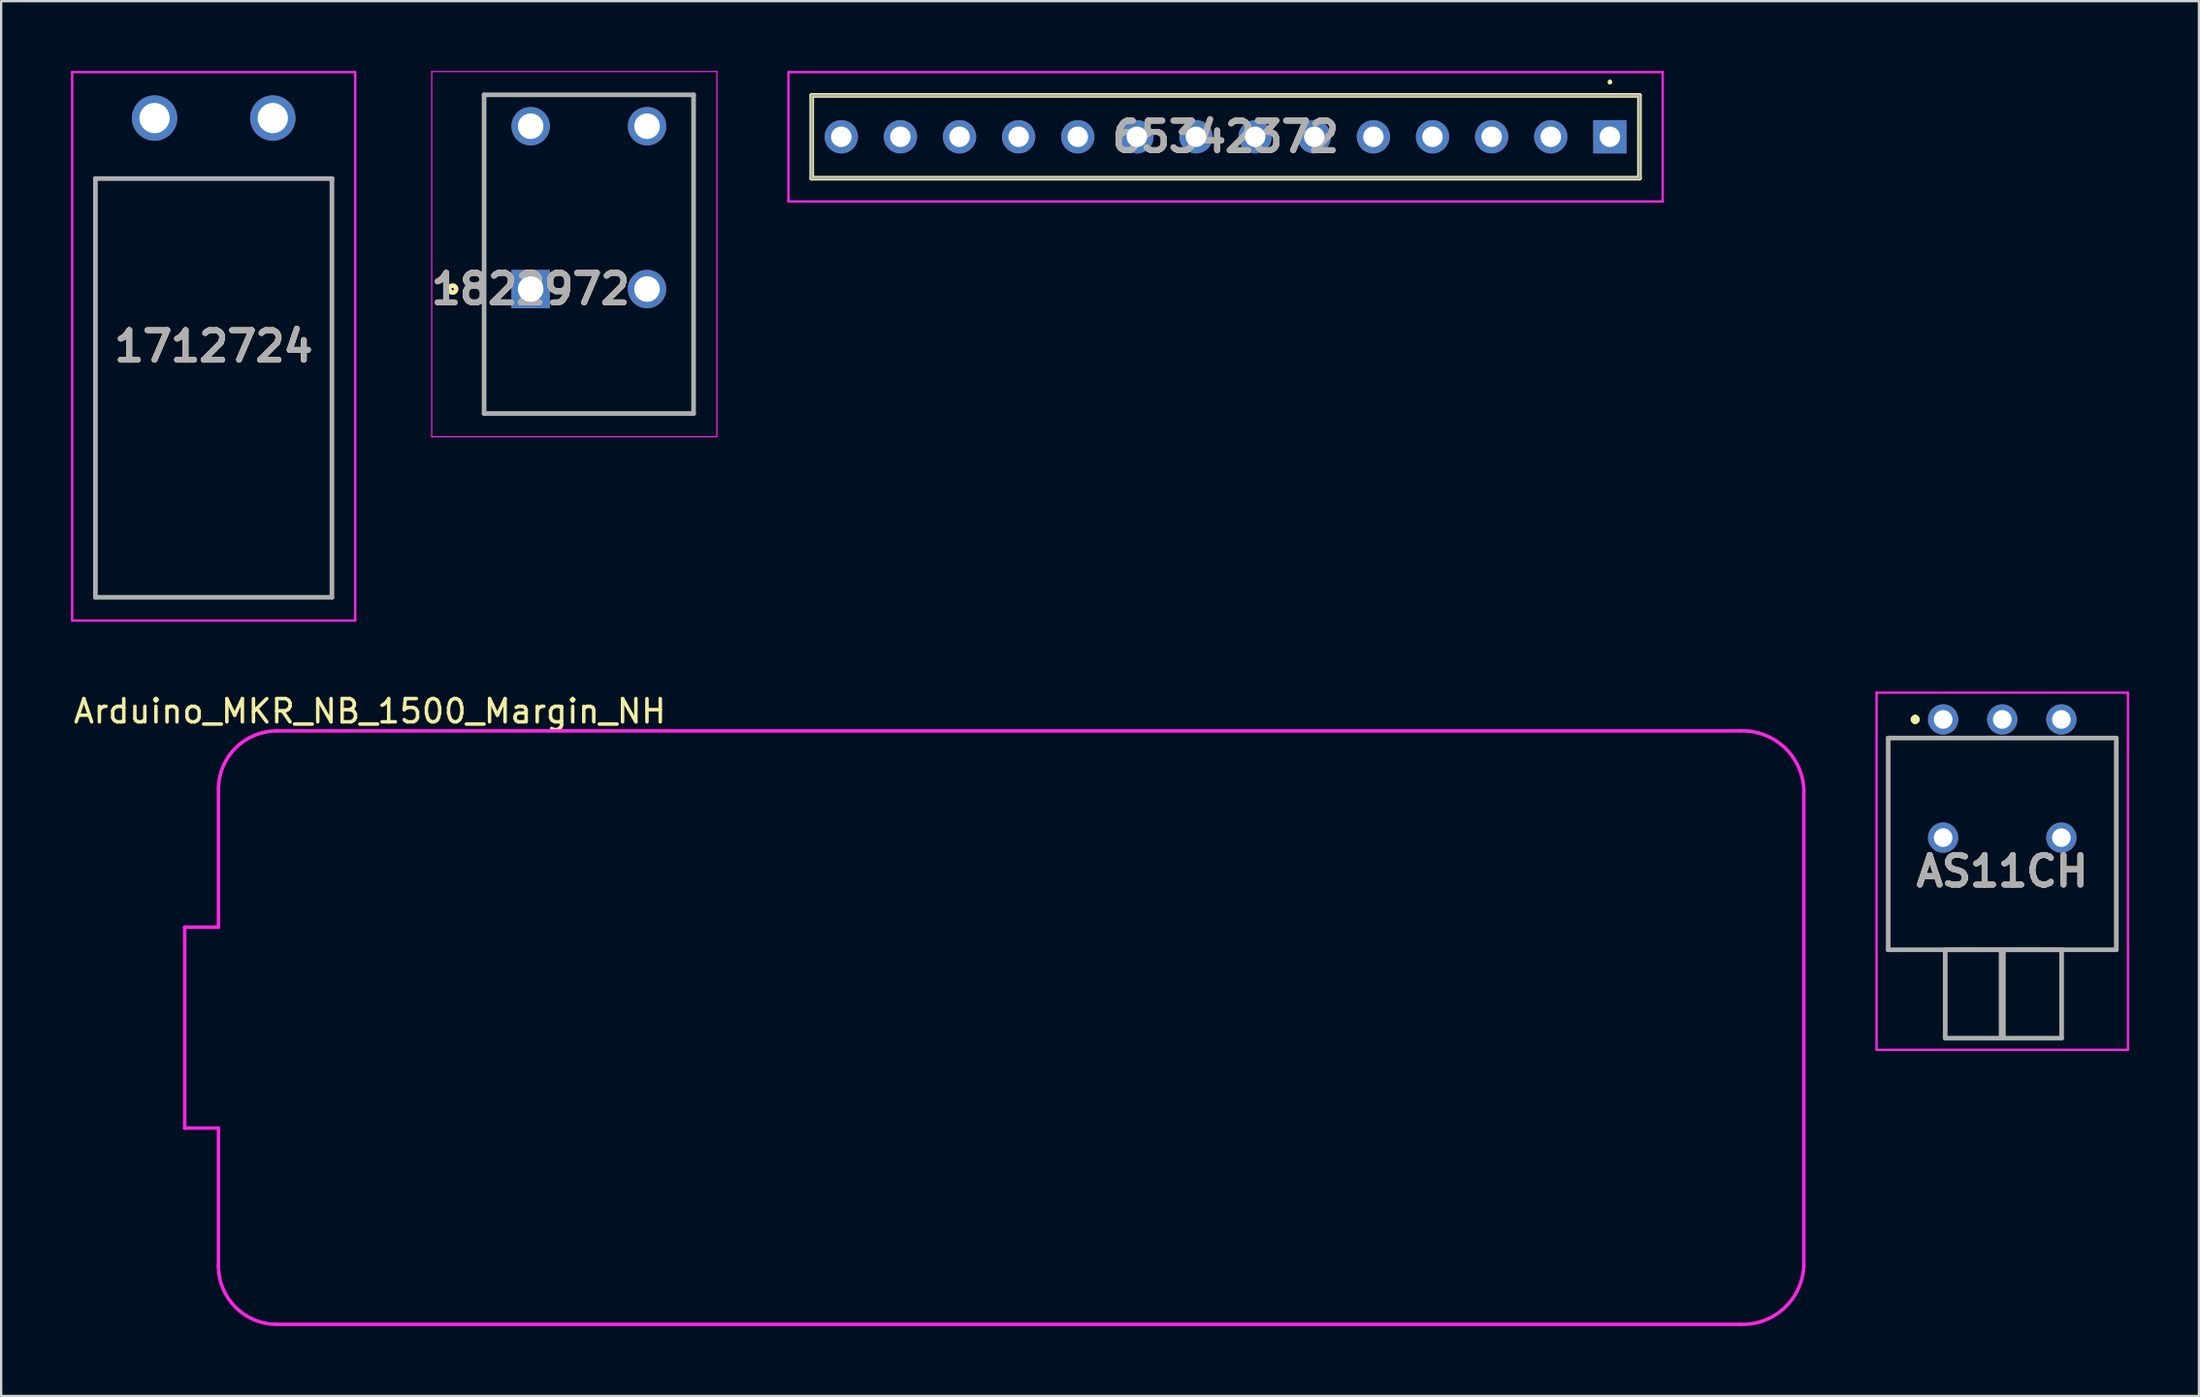
<source format=kicad_pcb>
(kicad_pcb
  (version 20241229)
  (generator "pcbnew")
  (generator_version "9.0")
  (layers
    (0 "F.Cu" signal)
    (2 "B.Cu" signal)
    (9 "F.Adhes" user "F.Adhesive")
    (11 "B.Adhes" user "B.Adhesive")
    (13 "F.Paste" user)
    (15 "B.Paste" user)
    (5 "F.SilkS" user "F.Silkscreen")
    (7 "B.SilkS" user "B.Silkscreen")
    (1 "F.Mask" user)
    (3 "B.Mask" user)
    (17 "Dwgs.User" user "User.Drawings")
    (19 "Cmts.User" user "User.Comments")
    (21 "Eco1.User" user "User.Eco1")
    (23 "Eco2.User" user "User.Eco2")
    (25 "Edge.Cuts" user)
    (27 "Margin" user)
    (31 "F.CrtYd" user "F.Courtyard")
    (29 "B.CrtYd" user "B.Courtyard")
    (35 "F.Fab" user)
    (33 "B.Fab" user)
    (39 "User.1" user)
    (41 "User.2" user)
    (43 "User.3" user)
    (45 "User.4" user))
  (footprint "1822972"
    (layer "F.Cu")
    (at 19.747 9.375)
    (property "Reference" "1822972" (at 0 0 0) (layer "F.SilkS") (effects (font (size 1.27 1.27) (thickness 0.254))))
    (attr through_hole)
    (fp_line (start -2 -8.35) (end 7 -8.35) (stroke (width 0.1) (type solid)) (layer "F.SilkS"))
    (fp_line (start -2 5.35) (end -2 -8.35) (stroke (width 0.1) (type solid)) (layer "F.SilkS"))
    (fp_line (start 7 -8.35) (end 7 5.35) (stroke (width 0.1) (type solid)) (layer "F.SilkS"))
    (fp_line (start 7 5.35) (end -2 5.35) (stroke (width 0.1) (type solid)) (layer "F.SilkS"))
    (fp_circle (center -3.35 0) (end -3.35 0.05) (stroke (width 0.2) (type solid)) (fill no) (layer "F.SilkS"))
    (fp_line (start -4.25 -9.35) (end 8 -9.35) (stroke (width 0.05) (type solid)) (layer "F.CrtYd"))
    (fp_line (start -4.25 6.35) (end -4.25 -9.35) (stroke (width 0.05) (type solid)) (layer "F.CrtYd"))
    (fp_line (start 8 -9.35) (end 8 6.35) (stroke (width 0.05) (type solid)) (layer "F.CrtYd"))
    (fp_line (start 8 6.35) (end -4.25 6.35) (stroke (width 0.05) (type solid)) (layer "F.CrtYd"))
    (fp_line (start -2 -8.35) (end 7 -8.35) (stroke (width 0.2) (type solid)) (layer "F.Fab"))
    (fp_line (start -2 5.35) (end -2 -8.35) (stroke (width 0.2) (type solid)) (layer "F.Fab"))
    (fp_line (start 7 -8.35) (end 7 5.35) (stroke (width 0.2) (type solid)) (layer "F.Fab"))
    (fp_line (start 7 5.35) (end -2 5.35) (stroke (width 0.2) (type solid)) (layer "F.Fab"))
    (fp_text user "${REFERENCE}" (at 0 0 0) (layer "F.Fab") (effects (font (size 1.27 1.27) (thickness 0.254))))
    (pad "1" thru_hole rect (at 0 0) (size 1.65 1.65) (drill 1.1) (layers "*.Cu" "*.Mask"))
    (pad "2" thru_hole circle (at 0 -7) (size 1.65 1.65) (drill 1.1) (layers "*.Cu" "*.Mask"))
    (pad "3" thru_hole circle (at 5 0) (size 1.65 1.65) (drill 1.1) (layers "*.Cu" "*.Mask"))
    (pad "4" thru_hole circle (at 5 -7) (size 1.65 1.65) (drill 1.1) (layers "*.Cu" "*.Mask")))
  (footprint "65342372"
    (layer "F.Cu")
    (at 66.112 2.83)
    (property "Reference" "65342372" (at -16.51 0 0) (layer "F.SilkS") (effects (font (size 1.27 1.27) (thickness 0.254))))
    (attr through_hole)
    (fp_line (start -34.29 -1.78) (end 1.27 -1.78) (stroke (width 0.2) (type solid)) (layer "F.SilkS"))
    (fp_line (start -34.29 1.78) (end -34.29 -1.78) (stroke (width 0.2) (type solid)) (layer "F.SilkS"))
    (fp_line (start 0 -2.4) (end 0 -2.4) (stroke (width 0.1) (type solid)) (layer "F.SilkS"))
    (fp_line (start 0 -2.3) (end 0 -2.3) (stroke (width 0.1) (type solid)) (layer "F.SilkS"))
    (fp_line (start 1.27 -1.78) (end 1.27 1.78) (stroke (width 0.2) (type solid)) (layer "F.SilkS"))
    (fp_line (start 1.27 1.78) (end -34.29 1.78) (stroke (width 0.2) (type solid)) (layer "F.SilkS"))
    (fp_arc (start 0 -2.4) (mid 0.05 -2.35) (end 0 -2.3) (stroke (width 0.1) (type solid)) (layer "F.SilkS"))
    (fp_arc (start 0 -2.3) (mid -0.05 -2.35) (end 0 -2.4) (stroke (width 0.1) (type solid)) (layer "F.SilkS"))
    (fp_line (start -35.29 -2.78) (end 2.27 -2.78) (stroke (width 0.1) (type solid)) (layer "F.CrtYd"))
    (fp_line (start -35.29 2.78) (end -35.29 -2.78) (stroke (width 0.1) (type solid)) (layer "F.CrtYd"))
    (fp_line (start 2.27 -2.78) (end 2.27 2.78) (stroke (width 0.1) (type solid)) (layer "F.CrtYd"))
    (fp_line (start 2.27 2.78) (end -35.29 2.78) (stroke (width 0.1) (type solid)) (layer "F.CrtYd"))
    (fp_line (start -34.29 -1.78) (end -34.29 1.78) (stroke (width 0.1) (type solid)) (layer "F.Fab"))
    (fp_line (start -34.29 1.78) (end 1.27 1.78) (stroke (width 0.1) (type solid)) (layer "F.Fab"))
    (fp_line (start 1.27 -1.78) (end -34.29 -1.78) (stroke (width 0.1) (type solid)) (layer "F.Fab"))
    (fp_line (start 1.27 1.78) (end 1.27 -1.78) (stroke (width 0.1) (type solid)) (layer "F.Fab"))
    (fp_text user "${REFERENCE}" (at -16.51 0 0) (layer "F.Fab") (effects (font (size 1.27 1.27) (thickness 0.254))))
    (pad "1" thru_hole rect (at 0 0) (size 1.43 1.43) (drill 0.88) (layers "*.Cu" "*.Mask"))
    (pad "2" thru_hole circle (at -2.54 0) (size 1.43 1.43) (drill 0.88) (layers "*.Cu" "*.Mask"))
    (pad "3" thru_hole circle (at -5.08 0) (size 1.43 1.43) (drill 0.88) (layers "*.Cu" "*.Mask"))
    (pad "4" thru_hole circle (at -7.62 0) (size 1.43 1.43) (drill 0.88) (layers "*.Cu" "*.Mask"))
    (pad "5" thru_hole circle (at -10.16 0) (size 1.43 1.43) (drill 0.88) (layers "*.Cu" "*.Mask"))
    (pad "6" thru_hole circle (at -12.7 0) (size 1.43 1.43) (drill 0.88) (layers "*.Cu" "*.Mask"))
    (pad "7" thru_hole circle (at -15.24 0) (size 1.43 1.43) (drill 0.88) (layers "*.Cu" "*.Mask"))
    (pad "8" thru_hole circle (at -17.78 0) (size 1.43 1.43) (drill 0.88) (layers "*.Cu" "*.Mask"))
    (pad "9" thru_hole circle (at -20.32 0) (size 1.43 1.43) (drill 0.88) (layers "*.Cu" "*.Mask"))
    (pad "10" thru_hole circle (at -22.86 0) (size 1.43 1.43) (drill 0.88) (layers "*.Cu" "*.Mask"))
    (pad "11" thru_hole circle (at -25.4 0) (size 1.43 1.43) (drill 0.88) (layers "*.Cu" "*.Mask"))
    (pad "12" thru_hole circle (at -27.94 0) (size 1.43 1.43) (drill 0.88) (layers "*.Cu" "*.Mask"))
    (pad "13" thru_hole circle (at -30.48 0) (size 1.43 1.43) (drill 0.88) (layers "*.Cu" "*.Mask"))
    (pad "14" thru_hole circle (at -33.02 0) (size 1.43 1.43) (drill 0.88) (layers "*.Cu" "*.Mask")))
  (footprint "1712724"
    (layer "F.Cu")
    (at 3.59 2.025)
    (property "Reference" "1712724" (at 2.54 9.813 0) (layer "F.SilkS") (effects (font (size 1.27 1.27) (thickness 0.254))))
    (attr through_hole)
    (fp_line (start -2.54 2.6) (end 7.62 2.6) (stroke (width 0.1) (type solid)) (layer "F.SilkS"))
    (fp_line (start -2.54 20.6) (end -2.54 2.6) (stroke (width 0.1) (type solid)) (layer "F.SilkS"))
    (fp_line (start 7.62 2.6) (end 7.62 20.6) (stroke (width 0.1) (type solid)) (layer "F.SilkS"))
    (fp_line (start 7.62 20.6) (end -2.54 20.6) (stroke (width 0.1) (type solid)) (layer "F.SilkS"))
    (fp_line (start -3.54 -1.975) (end 8.62 -1.975) (stroke (width 0.1) (type solid)) (layer "F.CrtYd"))
    (fp_line (start -3.54 21.6) (end -3.54 -1.975) (stroke (width 0.1) (type solid)) (layer "F.CrtYd"))
    (fp_line (start 8.62 -1.975) (end 8.62 21.6) (stroke (width 0.1) (type solid)) (layer "F.CrtYd"))
    (fp_line (start 8.62 21.6) (end -3.54 21.6) (stroke (width 0.1) (type solid)) (layer "F.CrtYd"))
    (fp_line (start -2.54 2.6) (end 7.62 2.6) (stroke (width 0.2) (type solid)) (layer "F.Fab"))
    (fp_line (start -2.54 20.6) (end -2.54 2.6) (stroke (width 0.2) (type solid)) (layer "F.Fab"))
    (fp_line (start 7.62 2.6) (end 7.62 20.6) (stroke (width 0.2) (type solid)) (layer "F.Fab"))
    (fp_line (start 7.62 20.6) (end -2.54 20.6) (stroke (width 0.2) (type solid)) (layer "F.Fab"))
    (fp_text user "${REFERENCE}" (at 2.54 9.813 0) (layer "F.Fab") (effects (font (size 1.27 1.27) (thickness 0.254))))
    (pad "1" thru_hole circle (at 0 0) (size 1.95 1.95) (drill 1.3) (layers "*.Cu" "*.Mask"))
    (pad "2" thru_hole circle (at 5.08 0) (size 1.95 1.95) (drill 1.3) (layers "*.Cu" "*.Mask")))
  (footprint "AS11CH"
    (layer "F.Cu")
    (at 80.428 27.875)
    (property "Reference" "AS11CH" (at 2.54 6.525 0) (layer "F.SilkS") (effects (font (size 1.27 1.27) (thickness 0.254))))
    (attr through_hole)
    (fp_line (start -2.36 0.8) (end -1 0.8) (stroke (width 0.1) (type solid)) (layer "F.SilkS"))
    (fp_line (start -2.36 9.9) (end -2.36 0.8) (stroke (width 0.1) (type solid)) (layer "F.SilkS"))
    (fp_line (start -1.2 -0.1) (end -1.2 -0.1) (stroke (width 0.2) (type solid)) (layer "F.SilkS"))
    (fp_line (start -1.2 0.1) (end -1.2 0.1) (stroke (width 0.2) (type solid)) (layer "F.SilkS"))
    (fp_line (start 6 0.8) (end 7.44 0.8) (stroke (width 0.1) (type solid)) (layer "F.SilkS"))
    (fp_line (start 7.44 0.8) (end 7.44 9.9) (stroke (width 0.1) (type solid)) (layer "F.SilkS"))
    (fp_line (start 7.44 9.9) (end -2.36 9.9) (stroke (width 0.1) (type solid)) (layer "F.SilkS"))
    (fp_arc (start -1.2 -0.1) (mid -1.1 0) (end -1.2 0.1) (stroke (width 0.2) (type solid)) (layer "F.SilkS"))
    (fp_arc (start -1.2 0.1) (mid -1.3 0) (end -1.2 -0.1) (stroke (width 0.2) (type solid)) (layer "F.SilkS"))
    (fp_line (start -2.86 -1.15) (end 7.94 -1.15) (stroke (width 0.1) (type solid)) (layer "F.CrtYd"))
    (fp_line (start -2.86 14.2) (end -2.86 -1.15) (stroke (width 0.1) (type solid)) (layer "F.CrtYd"))
    (fp_line (start 7.94 -1.15) (end 7.94 14.2) (stroke (width 0.1) (type solid)) (layer "F.CrtYd"))
    (fp_line (start 7.94 14.2) (end -2.86 14.2) (stroke (width 0.1) (type solid)) (layer "F.CrtYd"))
    (fp_line (start -2.36 0.8) (end 7.44 0.8) (stroke (width 0.2) (type solid)) (layer "F.Fab"))
    (fp_line (start -2.36 9.9) (end -2.36 0.8) (stroke (width 0.2) (type solid)) (layer "F.Fab"))
    (fp_line (start 0.09 9.9) (end 2.49 9.9) (stroke (width 0.2) (type solid)) (layer "F.Fab"))
    (fp_line (start 0.09 13.7) (end 0.09 9.9) (stroke (width 0.2) (type solid)) (layer "F.Fab"))
    (fp_line (start 2.49 9.9) (end 2.49 13.7) (stroke (width 0.2) (type solid)) (layer "F.Fab"))
    (fp_line (start 2.49 13.7) (end 0.09 13.7) (stroke (width 0.2) (type solid)) (layer "F.Fab"))
    (fp_line (start 2.59 9.9) (end 2.59 13.7) (stroke (width 0.2) (type solid)) (layer "F.Fab"))
    (fp_line (start 2.59 13.7) (end 5.09 13.7) (stroke (width 0.2) (type solid)) (layer "F.Fab"))
    (fp_line (start 5.09 9.9) (end 2.59 9.9) (stroke (width 0.2) (type solid)) (layer "F.Fab"))
    (fp_line (start 5.09 13.7) (end 5.09 9.9) (stroke (width 0.2) (type solid)) (layer "F.Fab"))
    (fp_line (start 7.44 0.8) (end 7.44 9.9) (stroke (width 0.2) (type solid)) (layer "F.Fab"))
    (fp_line (start 7.44 9.9) (end -2.36 9.9) (stroke (width 0.2) (type solid)) (layer "F.Fab"))
    (fp_text user "${REFERENCE}" (at 2.54 6.525 0) (layer "F.Fab") (effects (font (size 1.27 1.27) (thickness 0.254))))
    (pad "1" thru_hole circle (at 0 0) (size 1.3 1.3) (drill 0.8) (layers "*.Cu" "*.Mask"))
    (pad "2" thru_hole circle (at 2.54 0) (size 1.3 1.3) (drill 0.8) (layers "*.Cu" "*.Mask"))
    (pad "3" thru_hole circle (at 5.08 0) (size 1.3 1.3) (drill 0.8) (layers "*.Cu" "*.Mask"))
    (pad "MH1" thru_hole circle (at 0 5.08) (size 1.3 1.3) (drill 0.8) (layers "*.Cu" "*.Mask"))
    (pad "MH2" thru_hole circle (at 5.08 5.08) (size 1.3 1.3) (drill 0.8) (layers "*.Cu" "*.Mask")))
  (footprint "Arduino_MKR_NB_1500_Margin_NH"
    (layer "F.Cu")
    (at 8.839 30.873)
    (property "Reference" "Arduino_MKR_NB_1500_Margin_NH" (at 4 -3.35 0) (unlocked yes) (layer "F.SilkS") (effects (font (size 1 1) (thickness 0.15))))
    (attr through_hole)
    (fp_line (start -3.954 5.932) (end -2.504 5.932) (stroke (width 0.15) (type solid)) (layer "F.CrtYd"))
    (fp_line (start -3.954 14.568) (end -3.954 5.932) (stroke (width 0.15) (type solid)) (layer "F.CrtYd"))
    (fp_line (start -2.504 5.932) (end -2.504 0) (stroke (width 0.15) (type solid)) (layer "F.CrtYd"))
    (fp_line (start -2.504 14.568) (end -3.954 14.568) (stroke (width 0.15) (type solid)) (layer "F.CrtYd"))
    (fp_line (start -2.504 20.5) (end -2.504 14.568) (stroke (width 0.15) (type solid)) (layer "F.CrtYd"))
    (fp_line (start 0 -2.504) (end 62.846 -2.504) (stroke (width 0.15) (type solid)) (layer "F.CrtYd"))
    (fp_line (start 62.846 23.004) (end 0 23.004) (stroke (width 0.15) (type solid)) (layer "F.CrtYd"))
    (fp_line (start 65.604 0) (end 65.604 20.5) (stroke (width 0.15) (type solid)) (layer "F.CrtYd"))
    (fp_arc (start -2.504 0) (mid -1.770595 -1.770595) (end 0 -2.504) (stroke (width 0.15) (type solid)) (layer "F.CrtYd"))
    (fp_arc (start 0 23.004) (mid -1.770595 22.270595) (end -2.504 20.5) (stroke (width 0.15) (type solid)) (layer "F.CrtYd"))
    (fp_arc (start 62.846 -2.504) (mid 64.743595 -1.823201) (end 65.604 0) (stroke (width 0.15) (type solid)) (layer "F.CrtYd"))
    (fp_arc (start 65.604 20.5) (mid 64.743595 22.323201) (end 62.846 23.004) (stroke (width 0.15) (type solid)) (layer "F.CrtYd")))
  (gr_rect
    (start -3 -3)
    (end 91.418 56.955)
    (stroke (width 0.1) (type default))
    (fill no)
    (layer "Edge.Cuts")))
</source>
